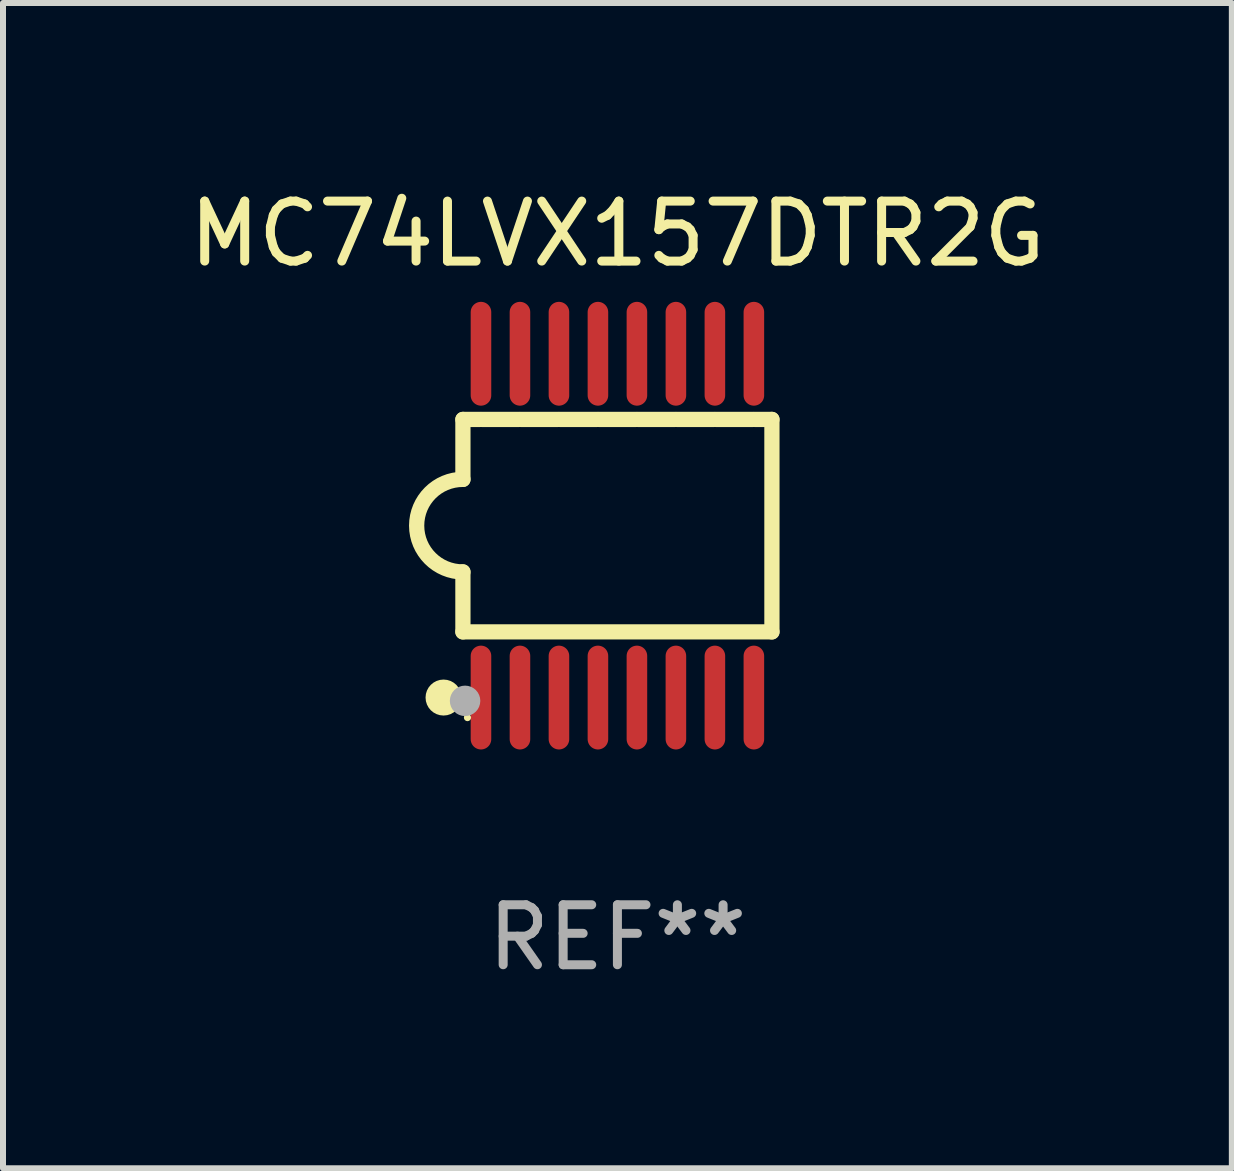
<source format=kicad_pcb>
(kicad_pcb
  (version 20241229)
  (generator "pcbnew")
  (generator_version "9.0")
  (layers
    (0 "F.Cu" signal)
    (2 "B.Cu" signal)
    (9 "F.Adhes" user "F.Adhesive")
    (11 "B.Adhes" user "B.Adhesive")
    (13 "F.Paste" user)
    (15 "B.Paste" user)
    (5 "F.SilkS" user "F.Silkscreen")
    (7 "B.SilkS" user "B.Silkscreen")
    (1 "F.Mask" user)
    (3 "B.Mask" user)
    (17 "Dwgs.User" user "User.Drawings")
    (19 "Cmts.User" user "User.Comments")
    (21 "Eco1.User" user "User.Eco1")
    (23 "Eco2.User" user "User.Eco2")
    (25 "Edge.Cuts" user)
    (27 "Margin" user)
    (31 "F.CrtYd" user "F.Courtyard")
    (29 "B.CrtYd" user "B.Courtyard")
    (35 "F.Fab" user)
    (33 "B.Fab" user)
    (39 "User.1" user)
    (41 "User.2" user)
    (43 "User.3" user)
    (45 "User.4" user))
  (footprint "MC74LVX157DTR2G"
    (layer "F.Cu")
    (at 7.244 5.714)
    (property "Reference" "MC74LVX157DTR2G" (at 0 -4.866 0) (layer "F.SilkS") (effects (font (size 1 1) (thickness 0.15))))
    (attr through_hole)
    (fp_line (start -2.576 -1.771) (end -2.576 -0.771) (stroke (width 0.254) (type solid)) (layer "F.SilkS"))
    (fp_line (start -2.576 -1.771) (end -2.289 -1.771) (stroke (width 0.254) (type solid)) (layer "F.SilkS"))
    (fp_line (start -2.576 1.771) (end -2.576 0.771) (stroke (width 0.254) (type solid)) (layer "F.SilkS"))
    (fp_line (start -2.261 -1.771) (end -1.639 -1.771) (stroke (width 0.254) (type solid)) (layer "F.SilkS"))
    (fp_line (start -1.612 -1.771) (end -0.989 -1.771) (stroke (width 0.254) (type solid)) (layer "F.SilkS"))
    (fp_line (start -0.962 -1.771) (end -0.338 -1.771) (stroke (width 0.254) (type solid)) (layer "F.SilkS"))
    (fp_line (start -0.311 -1.771) (end 0.312 -1.771) (stroke (width 0.254) (type solid)) (layer "F.SilkS"))
    (fp_line (start 0.339 -1.771) (end 0.962 -1.771) (stroke (width 0.254) (type solid)) (layer "F.SilkS"))
    (fp_line (start 0.989 -1.771) (end 1.612 -1.771) (stroke (width 0.254) (type solid)) (layer "F.SilkS"))
    (fp_line (start 1.639 -1.771) (end 2.261 -1.771) (stroke (width 0.254) (type solid)) (layer "F.SilkS"))
    (fp_line (start 2.289 -1.771) (end 2.576 -1.771) (stroke (width 0.254) (type solid)) (layer "F.SilkS"))
    (fp_line (start 2.576 -1.771) (end 2.576 1.771) (stroke (width 0.254) (type solid)) (layer "F.SilkS"))
    (fp_line (start 2.576 1.771) (end -2.576 1.771) (stroke (width 0.254) (type solid)) (layer "F.SilkS"))
    (fp_arc (start -2.576226 0.7714) (mid -3.346889 -0.000648) (end -2.575311 -0.771781) (stroke (width 0.254001) (type solid)) (layer "F.SilkS"))
    (fp_circle (center -2.899 2.866) (end -2.749 2.866) (stroke (width 0.3) (type solid)) (fill no) (layer "F.SilkS"))
    (fp_circle (center -2.5 3.2) (end -2.47 3.2) (stroke (width 0.06) (type solid)) (fill no) (layer "F.SilkS"))
    (fp_circle (center -2.54 2.921) (end -2.413 2.921) (stroke (width 0.254) (type solid)) (fill no) (layer "F.Fab"))
    (fp_text user "REF**" (at 0 6.866 0) (layer "F.Fab") (effects (font (size 1 1) (thickness 0.15))))
    (pad "1" smd oval (at -2.275 2.866) (size 0.343 1.731) (layers "F.Cu" "F.Mask" "F.Paste"))
    (pad "2" smd oval (at -1.625 2.866) (size 0.343 1.731) (layers "F.Cu" "F.Mask" "F.Paste"))
    (pad "3" smd oval (at -0.975 2.866) (size 0.343 1.731) (layers "F.Cu" "F.Mask" "F.Paste"))
    (pad "4" smd oval (at -0.325 2.866) (size 0.343 1.731) (layers "F.Cu" "F.Mask" "F.Paste"))
    (pad "5" smd oval (at 0.325 2.866) (size 0.343 1.731) (layers "F.Cu" "F.Mask" "F.Paste"))
    (pad "6" smd oval (at 0.975 2.866) (size 0.343 1.731) (layers "F.Cu" "F.Mask" "F.Paste"))
    (pad "7" smd oval (at 1.625 2.866) (size 0.343 1.731) (layers "F.Cu" "F.Mask" "F.Paste"))
    (pad "8" smd oval (at 2.275 2.866) (size 0.343 1.731) (layers "F.Cu" "F.Mask" "F.Paste"))
    (pad "9" smd oval (at 2.275 -2.866) (size 0.343 1.731) (layers "F.Cu" "F.Mask" "F.Paste"))
    (pad "10" smd oval (at 1.625 -2.866) (size 0.343 1.731) (layers "F.Cu" "F.Mask" "F.Paste"))
    (pad "11" smd oval (at 0.975 -2.866) (size 0.343 1.731) (layers "F.Cu" "F.Mask" "F.Paste"))
    (pad "12" smd oval (at 0.325 -2.866) (size 0.343 1.731) (layers "F.Cu" "F.Mask" "F.Paste"))
    (pad "13" smd oval (at -0.325 -2.866) (size 0.343 1.731) (layers "F.Cu" "F.Mask" "F.Paste"))
    (pad "14" smd oval (at -0.975 -2.866) (size 0.343 1.731) (layers "F.Cu" "F.Mask" "F.Paste"))
    (pad "15" smd oval (at -1.625 -2.866) (size 0.343 1.731) (layers "F.Cu" "F.Mask" "F.Paste"))
    (pad "16" smd oval (at -2.275 -2.866) (size 0.343 1.731) (layers "F.Cu" "F.Mask" "F.Paste")))
  (gr_rect
    (start -3 -3)
    (end 17.488 16.428)
    (stroke (width 0.1) (type default))
    (fill no)
    (layer "Edge.Cuts")))
</source>
